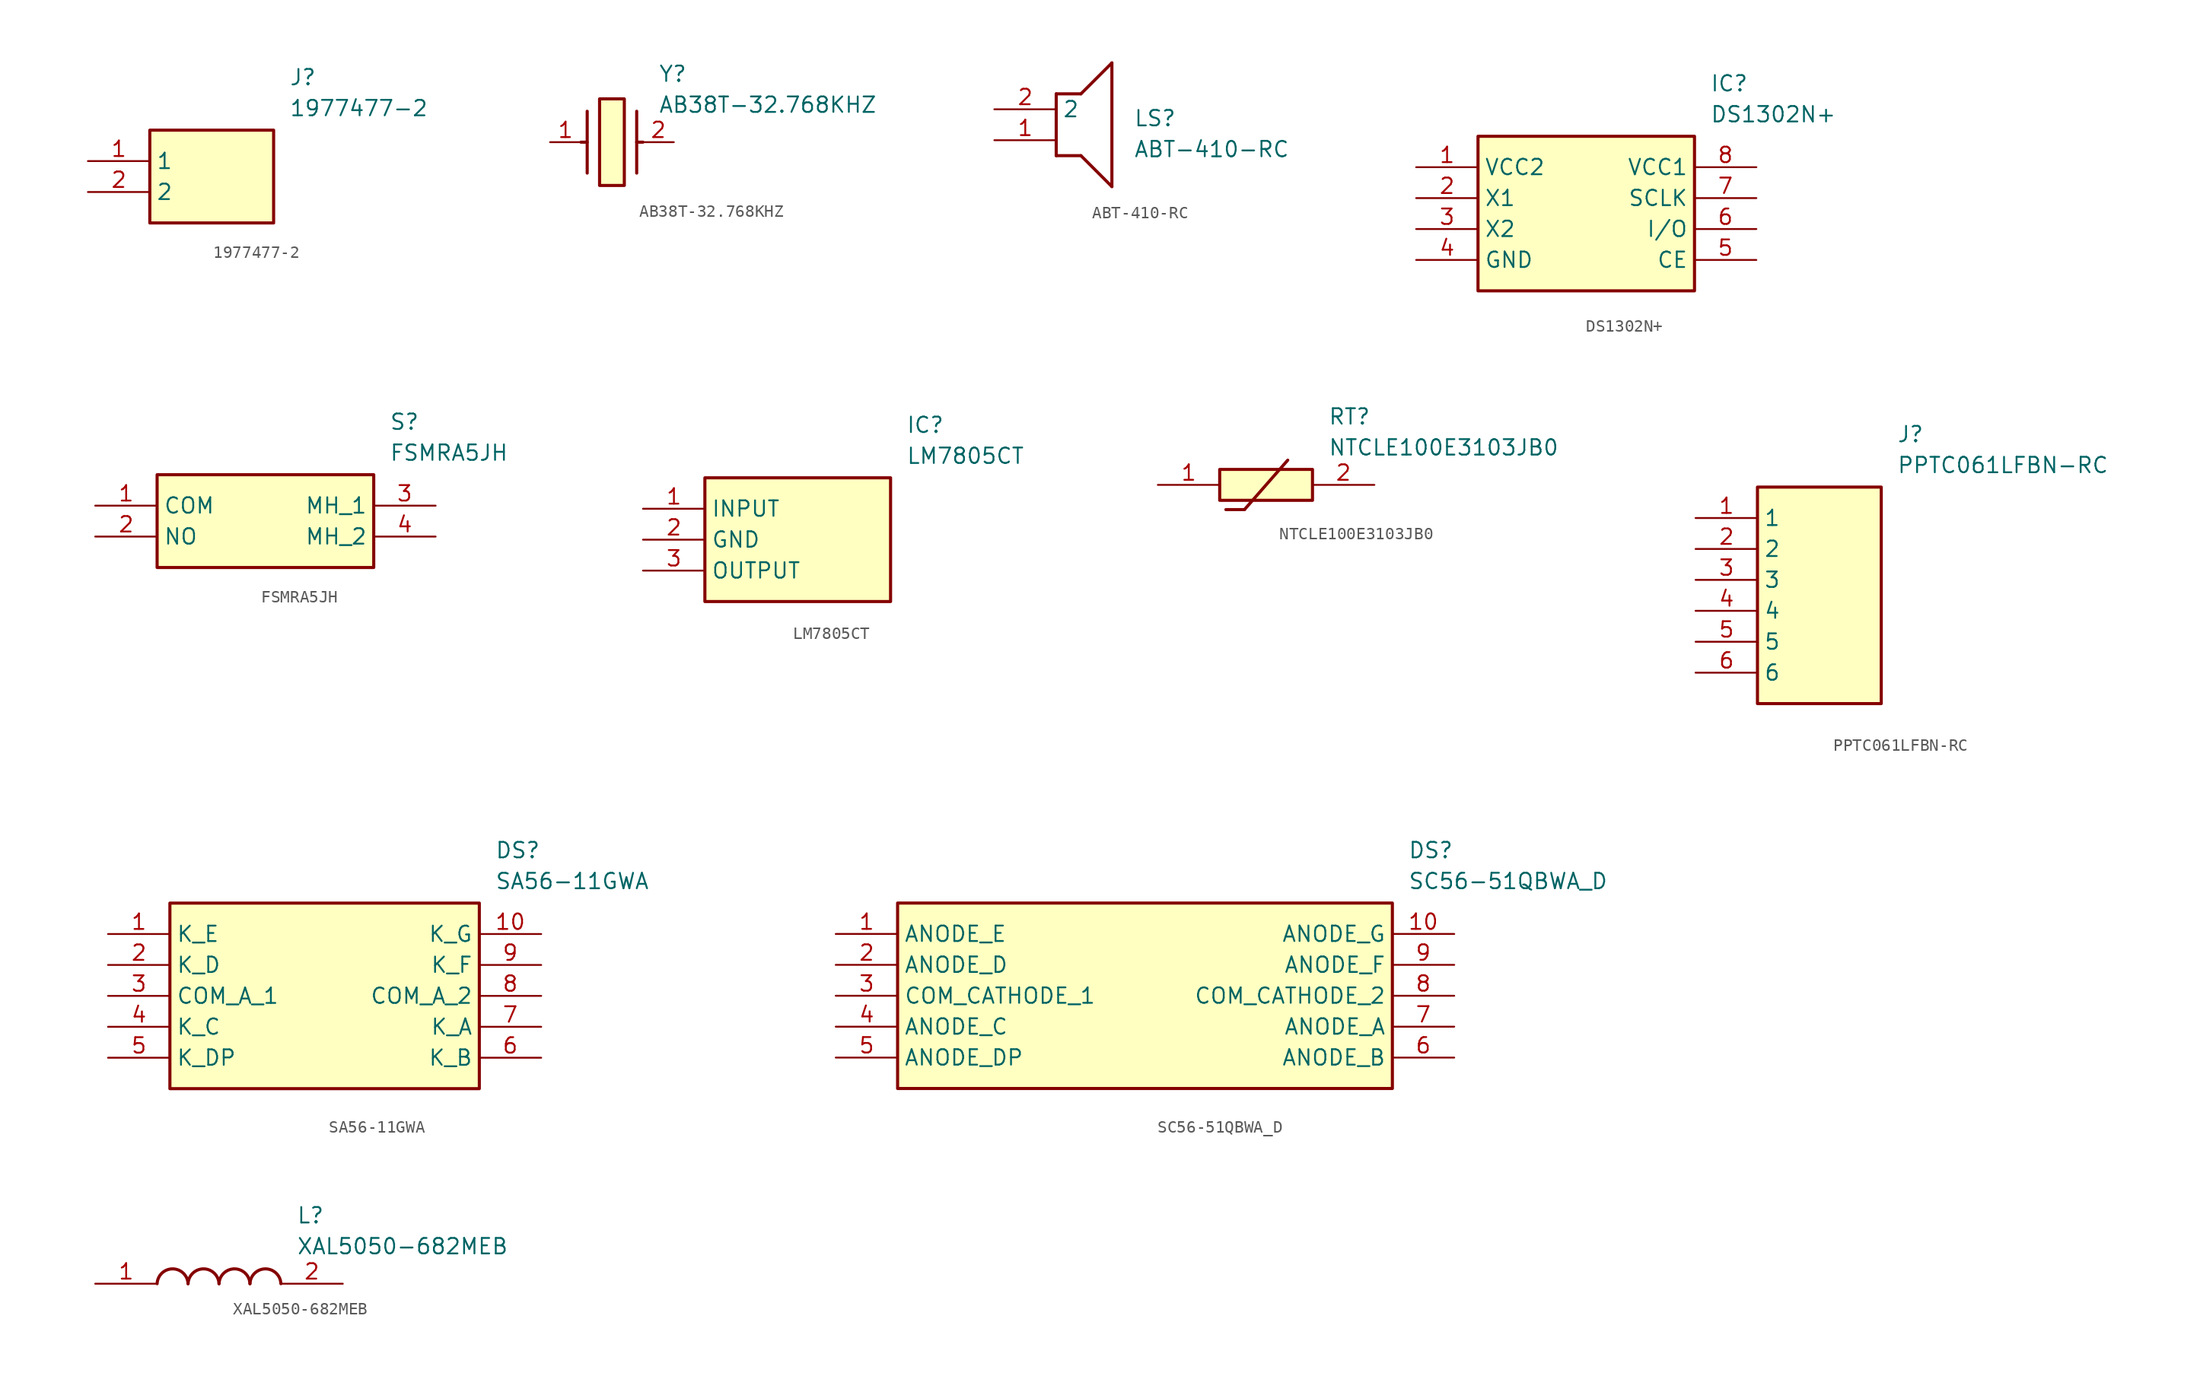
<source format=kicad_sym>
(kicad_symbol_lib
  (version 20241209)
  (generator "kicad_symbol_editor")
  (generator_version "9.0")
  (symbol "1977477-2"
    (property "Reference" "J"
      (at 16.51 7.62 0)
      (effects (font (size 1.27 1.27)) (justify left top)))
    (property "Value" "1977477-2"
      (at 16.51 5.08 0)
      (effects (font (size 1.27 1.27)) (justify left top)))
    (symbol "1977477-2_1_1"
      (rectangle (start 5.08 2.54) (end 15.24 -5.08) (stroke (width 0.254) (type default)) (fill (type background)))
      (pin passive line (at 0 0 0) (length 5.08) (name "1" (effects (font (size 1.27 1.27)))) (number "1" (effects (font (size 1.27 1.27)))))
      (pin passive line (at 0 -2.54 0) (length 5.08) (name "2" (effects (font (size 1.27 1.27)))) (number "2" (effects (font (size 1.27 1.27)))))))
  (symbol "AB38T-32.768KHZ"
    (pin_names
      (hide yes))
    (property "Reference" "Y"
      (at 8.89 6.35 0)
      (effects (font (size 1.27 1.27)) (justify left top)))
    (property "Value" "AB38T-32.768KHZ"
      (at 8.89 3.81 0)
      (effects (font (size 1.27 1.27)) (justify left top)))
    (symbol "AB38T-32.768KHZ_1_1"
      (polyline (pts (xy 3.048 2.54) (xy 3.048 -2.54)) (stroke (width 0.254) (type default)) (fill (type none)))
      (polyline (pts (xy 3.048 0) (xy 2.54 0)) (stroke (width 0.254) (type default)) (fill (type none)))
      (rectangle (start 4.064 3.556) (end 6.096 -3.556) (stroke (width 0.254) (type default)) (fill (type background)))
      (polyline (pts (xy 7.112 2.54) (xy 7.112 -2.54)) (stroke (width 0.254) (type default)) (fill (type none)))
      (polyline (pts (xy 7.112 0) (xy 7.62 0)) (stroke (width 0.254) (type default)) (fill (type none)))
      (pin passive line (at 0 0 0) (length 2.54) (name "1" (effects (font (size 1.27 1.27)))) (number "1" (effects (font (size 1.27 1.27)))))
      (pin passive line (at 10.16 0 180) (length 2.54) (name "2" (effects (font (size 1.27 1.27)))) (number "2" (effects (font (size 1.27 1.27)))))))
  (symbol "ABT-410-RC"
    (property "Reference" "LS"
      (at 11.43 0 0)
      (effects (font (size 1.27 1.27)) (justify left top)))
    (property "Value" "ABT-410-RC"
      (at 11.43 -2.54 0)
      (effects (font (size 1.27 1.27)) (justify left top)))
    (symbol "ABT-410-RC_1_1"
      (polyline (pts (xy 5.08 1.27) (xy 5.08 -3.81)) (stroke (width 0.254) (type default)) (fill (type none)))
      (polyline (pts (xy 5.08 1.27) (xy 7.112 1.27)) (stroke (width 0.254) (type default)) (fill (type none)))
      (polyline (pts (xy 7.112 -3.81) (xy 5.08 -3.81)) (stroke (width 0.254) (type default)) (fill (type none)))
      (polyline (pts (xy 7.112 -3.81) (xy 9.652 -6.35)) (stroke (width 0.254) (type default)) (fill (type none)))
      (polyline (pts (xy 9.652 3.81) (xy 7.112 1.27)) (stroke (width 0.254) (type default)) (fill (type none)))
      (polyline (pts (xy 9.652 3.81) (xy 9.652 -6.35)) (stroke (width 0.254) (type default)) (fill (type none)))
      (pin passive line (at 0 0 0) (length 5.08) (name "2" (effects (font (size 1.27 1.27)))) (number "2" (effects (font (size 1.27 1.27)))))
      (pin passive line (at 0 -2.54 0) (length 5.08) (name "" (effects (font (size 1.27 1.27)))) (number "1" (effects (font (size 1.27 1.27)))))))
  (symbol "DS1302N+"
    (property "Reference" "IC"
      (at 24.13 7.62 0)
      (effects (font (size 1.27 1.27)) (justify left top)))
    (property "Value" "DS1302N+"
      (at 24.13 5.08 0)
      (effects (font (size 1.27 1.27)) (justify left top)))
    (symbol "DS1302N+_1_1"
      (rectangle (start 5.08 2.54) (end 22.86 -10.16) (stroke (width 0.254) (type default)) (fill (type background)))
      (pin passive line (at 0 0 0) (length 5.08) (name "VCC2" (effects (font (size 1.27 1.27)))) (number "1" (effects (font (size 1.27 1.27)))))
      (pin passive line (at 0 -2.54 0) (length 5.08) (name "X1" (effects (font (size 1.27 1.27)))) (number "2" (effects (font (size 1.27 1.27)))))
      (pin passive line (at 0 -5.08 0) (length 5.08) (name "X2" (effects (font (size 1.27 1.27)))) (number "3" (effects (font (size 1.27 1.27)))))
      (pin passive line (at 0 -7.62 0) (length 5.08) (name "GND" (effects (font (size 1.27 1.27)))) (number "4" (effects (font (size 1.27 1.27)))))
      (pin passive line (at 27.94 0 180) (length 5.08) (name "VCC1" (effects (font (size 1.27 1.27)))) (number "8" (effects (font (size 1.27 1.27)))))
      (pin passive line (at 27.94 -2.54 180) (length 5.08) (name "SCLK" (effects (font (size 1.27 1.27)))) (number "7" (effects (font (size 1.27 1.27)))))
      (pin passive line (at 27.94 -5.08 180) (length 5.08) (name "I/O" (effects (font (size 1.27 1.27)))) (number "6" (effects (font (size 1.27 1.27)))))
      (pin passive line (at 27.94 -7.62 180) (length 5.08) (name "CE" (effects (font (size 1.27 1.27)))) (number "5" (effects (font (size 1.27 1.27)))))))
  (symbol "FSMRA5JH"
    (property "Reference" "S"
      (at 24.13 7.62 0)
      (effects (font (size 1.27 1.27)) (justify left top)))
    (property "Value" "FSMRA5JH"
      (at 24.13 5.08 0)
      (effects (font (size 1.27 1.27)) (justify left top)))
    (symbol "FSMRA5JH_1_1"
      (rectangle (start 5.08 2.54) (end 22.86 -5.08) (stroke (width 0.254) (type default)) (fill (type background)))
      (pin passive line (at 0 0 0) (length 5.08) (name "COM" (effects (font (size 1.27 1.27)))) (number "1" (effects (font (size 1.27 1.27)))))
      (pin passive line (at 0 -2.54 0) (length 5.08) (name "NO" (effects (font (size 1.27 1.27)))) (number "2" (effects (font (size 1.27 1.27)))))
      (pin passive line (at 27.94 0 180) (length 5.08) (name "MH_1" (effects (font (size 1.27 1.27)))) (number "3" (effects (font (size 1.27 1.27)))))
      (pin passive line (at 27.94 -2.54 180) (length 5.08) (name "MH_2" (effects (font (size 1.27 1.27)))) (number "4" (effects (font (size 1.27 1.27)))))))
  (symbol "LM7805CT"
    (property "Reference" "IC"
      (at 21.59 7.62 0)
      (effects (font (size 1.27 1.27)) (justify left top)))
    (property "Value" "LM7805CT"
      (at 21.59 5.08 0)
      (effects (font (size 1.27 1.27)) (justify left top)))
    (symbol "LM7805CT_1_1"
      (rectangle (start 5.08 2.54) (end 20.32 -7.62) (stroke (width 0.254) (type default)) (fill (type background)))
      (pin passive line (at 0 0 0) (length 5.08) (name "INPUT" (effects (font (size 1.27 1.27)))) (number "1" (effects (font (size 1.27 1.27)))))
      (pin passive line (at 0 -2.54 0) (length 5.08) (name "GND" (effects (font (size 1.27 1.27)))) (number "2" (effects (font (size 1.27 1.27)))))
      (pin passive line (at 0 -5.08 0) (length 5.08) (name "OUTPUT" (effects (font (size 1.27 1.27)))) (number "3" (effects (font (size 1.27 1.27)))))))
  (symbol "NTCLE100E3103JB0"
    (pin_names
      (hide yes))
    (property "Reference" "RT"
      (at 13.97 6.35 0)
      (effects (font (size 1.27 1.27)) (justify left top)))
    (property "Value" "NTCLE100E3103JB0"
      (at 13.97 3.81 0)
      (effects (font (size 1.27 1.27)) (justify left top)))
    (symbol "NTCLE100E3103JB0_1_1"
      (rectangle (start 5.08 1.27) (end 12.7 -1.27) (stroke (width 0.254) (type default)) (fill (type background)))
      (polyline (pts (xy 5.588 -2.032) (xy 7.112 -2.032)) (stroke (width 0.254) (type default)) (fill (type none)))
      (polyline (pts (xy 10.668 2.032) (xy 7.112 -2.032)) (stroke (width 0.254) (type default)) (fill (type none)))
      (pin passive line (at 0 0 0) (length 5.08) (name "1" (effects (font (size 1.27 1.27)))) (number "1" (effects (font (size 1.27 1.27)))))
      (pin passive line (at 17.78 0 180) (length 5.08) (name "2" (effects (font (size 1.27 1.27)))) (number "2" (effects (font (size 1.27 1.27)))))))
  (symbol "PPTC061LFBN-RC"
    (property "Reference" "J"
      (at 16.51 7.62 0)
      (effects (font (size 1.27 1.27)) (justify left top)))
    (property "Value" "PPTC061LFBN-RC"
      (at 16.51 5.08 0)
      (effects (font (size 1.27 1.27)) (justify left top)))
    (symbol "PPTC061LFBN-RC_1_1"
      (rectangle (start 5.08 2.54) (end 15.24 -15.24) (stroke (width 0.254) (type default)) (fill (type background)))
      (pin passive line (at 0 0 0) (length 5.08) (name "1" (effects (font (size 1.27 1.27)))) (number "1" (effects (font (size 1.27 1.27)))))
      (pin passive line (at 0 -2.54 0) (length 5.08) (name "2" (effects (font (size 1.27 1.27)))) (number "2" (effects (font (size 1.27 1.27)))))
      (pin passive line (at 0 -5.08 0) (length 5.08) (name "3" (effects (font (size 1.27 1.27)))) (number "3" (effects (font (size 1.27 1.27)))))
      (pin passive line (at 0 -7.62 0) (length 5.08) (name "4" (effects (font (size 1.27 1.27)))) (number "4" (effects (font (size 1.27 1.27)))))
      (pin passive line (at 0 -10.16 0) (length 5.08) (name "5" (effects (font (size 1.27 1.27)))) (number "5" (effects (font (size 1.27 1.27)))))
      (pin passive line (at 0 -12.7 0) (length 5.08) (name "6" (effects (font (size 1.27 1.27)))) (number "6" (effects (font (size 1.27 1.27)))))))
  (symbol "SA56-11GWA"
    (property "Reference" "DS"
      (at 31.75 7.62 0)
      (effects (font (size 1.27 1.27)) (justify left top)))
    (property "Value" "SA56-11GWA"
      (at 31.75 5.08 0)
      (effects (font (size 1.27 1.27)) (justify left top)))
    (symbol "SA56-11GWA_1_1"
      (rectangle (start 5.08 2.54) (end 30.48 -12.7) (stroke (width 0.254) (type default)) (fill (type background)))
      (pin passive line (at 0 0 0) (length 5.08) (name "K_E" (effects (font (size 1.27 1.27)))) (number "1" (effects (font (size 1.27 1.27)))))
      (pin passive line (at 0 -2.54 0) (length 5.08) (name "K_D" (effects (font (size 1.27 1.27)))) (number "2" (effects (font (size 1.27 1.27)))))
      (pin passive line (at 0 -5.08 0) (length 5.08) (name "COM_A_1" (effects (font (size 1.27 1.27)))) (number "3" (effects (font (size 1.27 1.27)))))
      (pin passive line (at 0 -7.62 0) (length 5.08) (name "K_C" (effects (font (size 1.27 1.27)))) (number "4" (effects (font (size 1.27 1.27)))))
      (pin passive line (at 0 -10.16 0) (length 5.08) (name "K_DP" (effects (font (size 1.27 1.27)))) (number "5" (effects (font (size 1.27 1.27)))))
      (pin passive line (at 35.56 0 180) (length 5.08) (name "K_G" (effects (font (size 1.27 1.27)))) (number "10" (effects (font (size 1.27 1.27)))))
      (pin passive line (at 35.56 -2.54 180) (length 5.08) (name "K_F" (effects (font (size 1.27 1.27)))) (number "9" (effects (font (size 1.27 1.27)))))
      (pin passive line (at 35.56 -5.08 180) (length 5.08) (name "COM_A_2" (effects (font (size 1.27 1.27)))) (number "8" (effects (font (size 1.27 1.27)))))
      (pin passive line (at 35.56 -7.62 180) (length 5.08) (name "K_A" (effects (font (size 1.27 1.27)))) (number "7" (effects (font (size 1.27 1.27)))))
      (pin passive line (at 35.56 -10.16 180) (length 5.08) (name "K_B" (effects (font (size 1.27 1.27)))) (number "6" (effects (font (size 1.27 1.27)))))))
  (symbol "SC56-51QBWA_D"
    (property "Reference" "DS"
      (at 46.99 7.62 0)
      (effects (font (size 1.27 1.27)) (justify left top)))
    (property "Value" "SC56-51QBWA_D"
      (at 46.99 5.08 0)
      (effects (font (size 1.27 1.27)) (justify left top)))
    (symbol "SC56-51QBWA_D_1_1"
      (rectangle (start 5.08 2.54) (end 45.72 -12.7) (stroke (width 0.254) (type default)) (fill (type background)))
      (pin passive line (at 0 0 0) (length 5.08) (name "ANODE_E" (effects (font (size 1.27 1.27)))) (number "1" (effects (font (size 1.27 1.27)))))
      (pin passive line (at 0 -2.54 0) (length 5.08) (name "ANODE_D" (effects (font (size 1.27 1.27)))) (number "2" (effects (font (size 1.27 1.27)))))
      (pin passive line (at 0 -5.08 0) (length 5.08) (name "COM_CATHODE_1" (effects (font (size 1.27 1.27)))) (number "3" (effects (font (size 1.27 1.27)))))
      (pin passive line (at 0 -7.62 0) (length 5.08) (name "ANODE_C" (effects (font (size 1.27 1.27)))) (number "4" (effects (font (size 1.27 1.27)))))
      (pin passive line (at 0 -10.16 0) (length 5.08) (name "ANODE_DP" (effects (font (size 1.27 1.27)))) (number "5" (effects (font (size 1.27 1.27)))))
      (pin passive line (at 50.8 0 180) (length 5.08) (name "ANODE_G" (effects (font (size 1.27 1.27)))) (number "10" (effects (font (size 1.27 1.27)))))
      (pin passive line (at 50.8 -2.54 180) (length 5.08) (name "ANODE_F" (effects (font (size 1.27 1.27)))) (number "9" (effects (font (size 1.27 1.27)))))
      (pin passive line (at 50.8 -5.08 180) (length 5.08) (name "COM_CATHODE_2" (effects (font (size 1.27 1.27)))) (number "8" (effects (font (size 1.27 1.27)))))
      (pin passive line (at 50.8 -7.62 180) (length 5.08) (name "ANODE_A" (effects (font (size 1.27 1.27)))) (number "7" (effects (font (size 1.27 1.27)))))
      (pin passive line (at 50.8 -10.16 180) (length 5.08) (name "ANODE_B" (effects (font (size 1.27 1.27)))) (number "6" (effects (font (size 1.27 1.27)))))))
  (symbol "XAL5050-682MEB"
    (pin_names
      (hide yes))
    (property "Reference" "L"
      (at 16.51 6.35 0)
      (effects (font (size 1.27 1.27)) (justify left top)))
    (property "Value" "XAL5050-682MEB"
      (at 16.51 3.81 0)
      (effects (font (size 1.27 1.27)) (justify left top)))
    (symbol "XAL5050-682MEB_1_1"
      (arc (start 5.08 0) (mid 6.35 1.219) (end 7.62 0) (stroke (width 0.254) (type default)) (fill (type none)))
      (arc (start 7.62 0) (mid 8.89 1.219) (end 10.16 0) (stroke (width 0.254) (type default)) (fill (type none)))
      (arc (start 10.16 0) (mid 11.43 1.219) (end 12.7 0) (stroke (width 0.254) (type default)) (fill (type none)))
      (arc (start 12.7 0) (mid 13.97 1.219) (end 15.24 0) (stroke (width 0.254) (type default)) (fill (type none)))
      (pin passive line (at 0 0 0) (length 5.08) (name "1" (effects (font (size 1.27 1.27)))) (number "1" (effects (font (size 1.27 1.27)))))
      (pin passive line (at 20.32 0 180) (length 5.08) (name "2" (effects (font (size 1.27 1.27)))) (number "2" (effects (font (size 1.27 1.27))))))))
</source>
